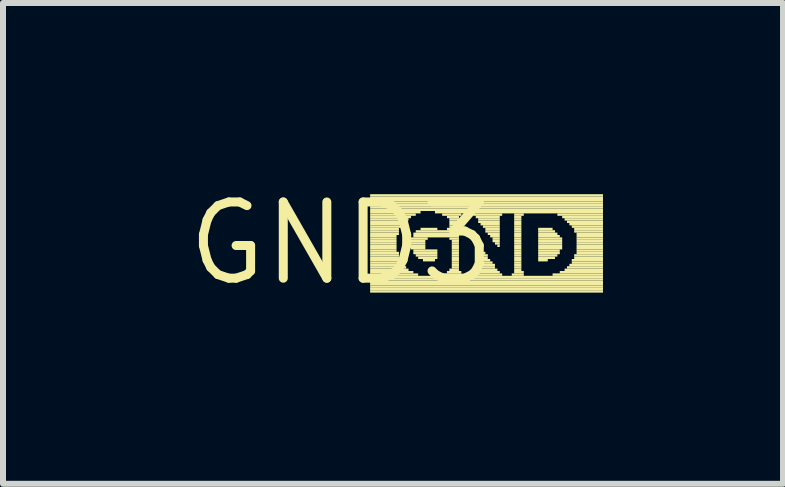
<source format=kicad_pcb>
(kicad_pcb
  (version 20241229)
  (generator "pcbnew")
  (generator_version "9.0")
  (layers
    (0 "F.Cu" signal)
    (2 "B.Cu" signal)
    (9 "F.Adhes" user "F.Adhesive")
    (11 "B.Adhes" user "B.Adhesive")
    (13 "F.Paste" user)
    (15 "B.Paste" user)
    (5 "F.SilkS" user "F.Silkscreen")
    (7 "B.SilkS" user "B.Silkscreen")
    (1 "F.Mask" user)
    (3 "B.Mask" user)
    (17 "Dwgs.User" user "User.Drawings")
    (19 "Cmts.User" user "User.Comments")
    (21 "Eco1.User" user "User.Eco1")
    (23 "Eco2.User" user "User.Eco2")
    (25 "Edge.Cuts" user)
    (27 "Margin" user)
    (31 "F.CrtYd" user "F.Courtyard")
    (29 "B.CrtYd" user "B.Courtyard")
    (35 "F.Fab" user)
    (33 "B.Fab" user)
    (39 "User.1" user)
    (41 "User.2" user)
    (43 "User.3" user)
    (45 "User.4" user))
  (footprint "GND3"
    (layer "F.Cu")
    (at 2.638 1.006)
    (property "Reference" "GND3" (at 0 0 0) (layer "F.SilkS") (effects (font (size 1.27 1.27) (thickness 0.15))))
    (attr through_hole)
    (fp_poly (pts (xy 0.48 -0.78) (xy 4.36 -0.78) (xy 4.36 -0.82) (xy 0.48 -0.82)) (stroke (width 0) (type solid)) (fill yes) (layer "F.SilkS"))
    (fp_poly (pts (xy 0.48 -0.74) (xy 4.36 -0.74) (xy 4.36 -0.78) (xy 0.48 -0.78)) (stroke (width 0) (type solid)) (fill yes) (layer "F.SilkS"))
    (fp_poly (pts (xy 0.48 -0.7) (xy 4.36 -0.7) (xy 4.36 -0.74) (xy 0.48 -0.74)) (stroke (width 0) (type solid)) (fill yes) (layer "F.SilkS"))
    (fp_poly (pts (xy 0.48 -0.66) (xy 4.36 -0.66) (xy 4.36 -0.7) (xy 0.48 -0.7)) (stroke (width 0) (type solid)) (fill yes) (layer "F.SilkS"))
    (fp_poly (pts (xy 0.48 -0.62) (xy 4.36 -0.62) (xy 4.36 -0.66) (xy 0.48 -0.66)) (stroke (width 0) (type solid)) (fill yes) (layer "F.SilkS"))
    (fp_poly (pts (xy 0.48 -0.58) (xy 4.36 -0.58) (xy 4.36 -0.62) (xy 0.48 -0.62)) (stroke (width 0) (type solid)) (fill yes) (layer "F.SilkS"))
    (fp_poly (pts (xy 0.48 -0.54) (xy 4.36 -0.54) (xy 4.36 -0.58) (xy 0.48 -0.58)) (stroke (width 0) (type solid)) (fill yes) (layer "F.SilkS"))
    (fp_poly (pts (xy 0.48 -0.5) (xy 1.32 -0.5) (xy 1.32 -0.54) (xy 0.48 -0.54)) (stroke (width 0) (type solid)) (fill yes) (layer "F.SilkS"))
    (fp_poly (pts (xy 0.48 -0.46) (xy 1.24 -0.46) (xy 1.24 -0.5) (xy 0.48 -0.5)) (stroke (width 0) (type solid)) (fill yes) (layer "F.SilkS"))
    (fp_poly (pts (xy 0.48 -0.42) (xy 1.16 -0.42) (xy 1.16 -0.46) (xy 0.48 -0.46)) (stroke (width 0) (type solid)) (fill yes) (layer "F.SilkS"))
    (fp_poly (pts (xy 0.48 -0.38) (xy 1.12 -0.38) (xy 1.12 -0.42) (xy 0.48 -0.42)) (stroke (width 0) (type solid)) (fill yes) (layer "F.SilkS"))
    (fp_poly (pts (xy 0.48 -0.34) (xy 1.04 -0.34) (xy 1.04 -0.38) (xy 0.48 -0.38)) (stroke (width 0) (type solid)) (fill yes) (layer "F.SilkS"))
    (fp_poly (pts (xy 0.48 -0.3) (xy 1.04 -0.3) (xy 1.04 -0.34) (xy 0.48 -0.34)) (stroke (width 0) (type solid)) (fill yes) (layer "F.SilkS"))
    (fp_poly (pts (xy 0.48 -0.26) (xy 1 -0.26) (xy 1 -0.3) (xy 0.48 -0.3)) (stroke (width 0) (type solid)) (fill yes) (layer "F.SilkS"))
    (fp_poly (pts (xy 0.48 -0.22) (xy 0.96 -0.22) (xy 0.96 -0.26) (xy 0.48 -0.26)) (stroke (width 0) (type solid)) (fill yes) (layer "F.SilkS"))
    (fp_poly (pts (xy 0.48 -0.18) (xy 0.96 -0.18) (xy 0.96 -0.22) (xy 0.48 -0.22)) (stroke (width 0) (type solid)) (fill yes) (layer "F.SilkS"))
    (fp_poly (pts (xy 0.48 -0.14) (xy 0.96 -0.14) (xy 0.96 -0.18) (xy 0.48 -0.18)) (stroke (width 0) (type solid)) (fill yes) (layer "F.SilkS"))
    (fp_poly (pts (xy 0.48 -0.1) (xy 0.92 -0.1) (xy 0.92 -0.14) (xy 0.48 -0.14)) (stroke (width 0) (type solid)) (fill yes) (layer "F.SilkS"))
    (fp_poly (pts (xy 0.48 -0.06) (xy 0.92 -0.06) (xy 0.92 -0.1) (xy 0.48 -0.1)) (stroke (width 0) (type solid)) (fill yes) (layer "F.SilkS"))
    (fp_poly (pts (xy 0.48 -0.02) (xy 0.92 -0.02) (xy 0.92 -0.06) (xy 0.48 -0.06)) (stroke (width 0) (type solid)) (fill yes) (layer "F.SilkS"))
    (fp_poly (pts (xy 0.48 0.02) (xy 0.92 0.02) (xy 0.92 -0.02) (xy 0.48 -0.02)) (stroke (width 0) (type solid)) (fill yes) (layer "F.SilkS"))
    (fp_poly (pts (xy 0.48 0.06) (xy 0.92 0.06) (xy 0.92 0.02) (xy 0.48 0.02)) (stroke (width 0) (type solid)) (fill yes) (layer "F.SilkS"))
    (fp_poly (pts (xy 0.48 0.1) (xy 0.92 0.1) (xy 0.92 0.06) (xy 0.48 0.06)) (stroke (width 0) (type solid)) (fill yes) (layer "F.SilkS"))
    (fp_poly (pts (xy 0.48 0.14) (xy 0.92 0.14) (xy 0.92 0.1) (xy 0.48 0.1)) (stroke (width 0) (type solid)) (fill yes) (layer "F.SilkS"))
    (fp_poly (pts (xy 0.48 0.18) (xy 0.96 0.18) (xy 0.96 0.14) (xy 0.48 0.14)) (stroke (width 0) (type solid)) (fill yes) (layer "F.SilkS"))
    (fp_poly (pts (xy 0.48 0.22) (xy 0.96 0.22) (xy 0.96 0.18) (xy 0.48 0.18)) (stroke (width 0) (type solid)) (fill yes) (layer "F.SilkS"))
    (fp_poly (pts (xy 0.48 0.26) (xy 0.96 0.26) (xy 0.96 0.22) (xy 0.48 0.22)) (stroke (width 0) (type solid)) (fill yes) (layer "F.SilkS"))
    (fp_poly (pts (xy 0.48 0.3) (xy 1 0.3) (xy 1 0.26) (xy 0.48 0.26)) (stroke (width 0) (type solid)) (fill yes) (layer "F.SilkS"))
    (fp_poly (pts (xy 0.48 0.34) (xy 1 0.34) (xy 1 0.3) (xy 0.48 0.3)) (stroke (width 0) (type solid)) (fill yes) (layer "F.SilkS"))
    (fp_poly (pts (xy 0.48 0.38) (xy 1.04 0.38) (xy 1.04 0.34) (xy 0.48 0.34)) (stroke (width 0) (type solid)) (fill yes) (layer "F.SilkS"))
    (fp_poly (pts (xy 0.48 0.42) (xy 1.08 0.42) (xy 1.08 0.38) (xy 0.48 0.38)) (stroke (width 0) (type solid)) (fill yes) (layer "F.SilkS"))
    (fp_poly (pts (xy 0.48 0.46) (xy 1.12 0.46) (xy 1.12 0.42) (xy 0.48 0.42)) (stroke (width 0) (type solid)) (fill yes) (layer "F.SilkS"))
    (fp_poly (pts (xy 0.48 0.5) (xy 1.2 0.5) (xy 1.2 0.46) (xy 0.48 0.46)) (stroke (width 0) (type solid)) (fill yes) (layer "F.SilkS"))
    (fp_poly (pts (xy 0.48 0.54) (xy 1.28 0.54) (xy 1.28 0.5) (xy 0.48 0.5)) (stroke (width 0) (type solid)) (fill yes) (layer "F.SilkS"))
    (fp_poly (pts (xy 0.48 0.58) (xy 4.36 0.58) (xy 4.36 0.54) (xy 0.48 0.54)) (stroke (width 0) (type solid)) (fill yes) (layer "F.SilkS"))
    (fp_poly (pts (xy 0.48 0.62) (xy 4.36 0.62) (xy 4.36 0.58) (xy 0.48 0.58)) (stroke (width 0) (type solid)) (fill yes) (layer "F.SilkS"))
    (fp_poly (pts (xy 0.48 0.66) (xy 4.36 0.66) (xy 4.36 0.62) (xy 0.48 0.62)) (stroke (width 0) (type solid)) (fill yes) (layer "F.SilkS"))
    (fp_poly (pts (xy 0.48 0.7) (xy 4.36 0.7) (xy 4.36 0.66) (xy 0.48 0.66)) (stroke (width 0) (type solid)) (fill yes) (layer "F.SilkS"))
    (fp_poly (pts (xy 0.48 0.74) (xy 4.36 0.74) (xy 4.36 0.7) (xy 0.48 0.7)) (stroke (width 0) (type solid)) (fill yes) (layer "F.SilkS"))
    (fp_poly (pts (xy 0.48 0.78) (xy 4.36 0.78) (xy 4.36 0.74) (xy 0.48 0.74)) (stroke (width 0) (type solid)) (fill yes) (layer "F.SilkS"))
    (fp_poly (pts (xy 0.48 0.82) (xy 4.36 0.82) (xy 4.36 0.78) (xy 0.48 0.78)) (stroke (width 0) (type solid)) (fill yes) (layer "F.SilkS"))
    (fp_poly (pts (xy 1.16 -0.06) (xy 1.44 -0.06) (xy 1.44 -0.1) (xy 1.16 -0.1)) (stroke (width 0) (type solid)) (fill yes) (layer "F.SilkS"))
    (fp_poly (pts (xy 1.16 -0.02) (xy 1.4 -0.02) (xy 1.4 -0.06) (xy 1.16 -0.06)) (stroke (width 0) (type solid)) (fill yes) (layer "F.SilkS"))
    (fp_poly (pts (xy 1.16 0.02) (xy 1.4 0.02) (xy 1.4 -0.02) (xy 1.16 -0.02)) (stroke (width 0) (type solid)) (fill yes) (layer "F.SilkS"))
    (fp_poly (pts (xy 1.16 0.06) (xy 1.4 0.06) (xy 1.4 0.02) (xy 1.16 0.02)) (stroke (width 0) (type solid)) (fill yes) (layer "F.SilkS"))
    (fp_poly (pts (xy 1.16 0.1) (xy 1.4 0.1) (xy 1.4 0.06) (xy 1.16 0.06)) (stroke (width 0) (type solid)) (fill yes) (layer "F.SilkS"))
    (fp_poly (pts (xy 1.2 -0.14) (xy 1.96 -0.14) (xy 1.96 -0.18) (xy 1.2 -0.18)) (stroke (width 0) (type solid)) (fill yes) (layer "F.SilkS"))
    (fp_poly (pts (xy 1.2 -0.1) (xy 1.96 -0.1) (xy 1.96 -0.14) (xy 1.2 -0.14)) (stroke (width 0) (type solid)) (fill yes) (layer "F.SilkS"))
    (fp_poly (pts (xy 1.2 0.14) (xy 1.6 0.14) (xy 1.6 0.1) (xy 1.2 0.1)) (stroke (width 0) (type solid)) (fill yes) (layer "F.SilkS"))
    (fp_poly (pts (xy 1.2 0.18) (xy 1.6 0.18) (xy 1.6 0.14) (xy 1.2 0.14)) (stroke (width 0) (type solid)) (fill yes) (layer "F.SilkS"))
    (fp_poly (pts (xy 1.24 -0.18) (xy 1.96 -0.18) (xy 1.96 -0.22) (xy 1.24 -0.22)) (stroke (width 0) (type solid)) (fill yes) (layer "F.SilkS"))
    (fp_poly (pts (xy 1.24 0.22) (xy 1.6 0.22) (xy 1.6 0.18) (xy 1.24 0.18)) (stroke (width 0) (type solid)) (fill yes) (layer "F.SilkS"))
    (fp_poly (pts (xy 1.28 0.26) (xy 1.6 0.26) (xy 1.6 0.22) (xy 1.28 0.22)) (stroke (width 0) (type solid)) (fill yes) (layer "F.SilkS"))
    (fp_poly (pts (xy 1.32 -0.22) (xy 1.6 -0.22) (xy 1.6 -0.26) (xy 1.32 -0.26)) (stroke (width 0) (type solid)) (fill yes) (layer "F.SilkS"))
    (fp_poly (pts (xy 1.36 0.3) (xy 1.56 0.3) (xy 1.56 0.26) (xy 1.36 0.26)) (stroke (width 0) (type solid)) (fill yes) (layer "F.SilkS"))
    (fp_poly (pts (xy 1.56 -0.5) (xy 4.36 -0.5) (xy 4.36 -0.54) (xy 1.56 -0.54)) (stroke (width 0) (type solid)) (fill yes) (layer "F.SilkS"))
    (fp_poly (pts (xy 1.68 -0.46) (xy 2 -0.46) (xy 2 -0.5) (xy 1.68 -0.5)) (stroke (width 0) (type solid)) (fill yes) (layer "F.SilkS"))
    (fp_poly (pts (xy 1.68 0.54) (xy 2 0.54) (xy 2 0.5) (xy 1.68 0.5)) (stroke (width 0) (type solid)) (fill yes) (layer "F.SilkS"))
    (fp_poly (pts (xy 1.76 -0.42) (xy 1.96 -0.42) (xy 1.96 -0.46) (xy 1.76 -0.46)) (stroke (width 0) (type solid)) (fill yes) (layer "F.SilkS"))
    (fp_poly (pts (xy 1.76 -0.22) (xy 1.96 -0.22) (xy 1.96 -0.26) (xy 1.76 -0.26)) (stroke (width 0) (type solid)) (fill yes) (layer "F.SilkS"))
    (fp_poly (pts (xy 1.76 0.5) (xy 2 0.5) (xy 2 0.46) (xy 1.76 0.46)) (stroke (width 0) (type solid)) (fill yes) (layer "F.SilkS"))
    (fp_poly (pts (xy 1.8 -0.38) (xy 1.96 -0.38) (xy 1.96 -0.42) (xy 1.8 -0.42)) (stroke (width 0) (type solid)) (fill yes) (layer "F.SilkS"))
    (fp_poly (pts (xy 1.8 -0.34) (xy 1.96 -0.34) (xy 1.96 -0.38) (xy 1.8 -0.38)) (stroke (width 0) (type solid)) (fill yes) (layer "F.SilkS"))
    (fp_poly (pts (xy 1.8 -0.3) (xy 1.96 -0.3) (xy 1.96 -0.34) (xy 1.8 -0.34)) (stroke (width 0) (type solid)) (fill yes) (layer "F.SilkS"))
    (fp_poly (pts (xy 1.8 -0.26) (xy 1.96 -0.26) (xy 1.96 -0.3) (xy 1.8 -0.3)) (stroke (width 0) (type solid)) (fill yes) (layer "F.SilkS"))
    (fp_poly (pts (xy 1.8 -0.06) (xy 1.96 -0.06) (xy 1.96 -0.1) (xy 1.8 -0.1)) (stroke (width 0) (type solid)) (fill yes) (layer "F.SilkS"))
    (fp_poly (pts (xy 1.8 0.46) (xy 1.96 0.46) (xy 1.96 0.42) (xy 1.8 0.42)) (stroke (width 0) (type solid)) (fill yes) (layer "F.SilkS"))
    (fp_poly (pts (xy 1.84 -0.02) (xy 1.96 -0.02) (xy 1.96 -0.06) (xy 1.84 -0.06)) (stroke (width 0) (type solid)) (fill yes) (layer "F.SilkS"))
    (fp_poly (pts (xy 1.84 0.02) (xy 1.96 0.02) (xy 1.96 -0.02) (xy 1.84 -0.02)) (stroke (width 0) (type solid)) (fill yes) (layer "F.SilkS"))
    (fp_poly (pts (xy 1.84 0.06) (xy 1.96 0.06) (xy 1.96 0.02) (xy 1.84 0.02)) (stroke (width 0) (type solid)) (fill yes) (layer "F.SilkS"))
    (fp_poly (pts (xy 1.84 0.1) (xy 1.96 0.1) (xy 1.96 0.06) (xy 1.84 0.06)) (stroke (width 0) (type solid)) (fill yes) (layer "F.SilkS"))
    (fp_poly (pts (xy 1.84 0.14) (xy 1.96 0.14) (xy 1.96 0.1) (xy 1.84 0.1)) (stroke (width 0) (type solid)) (fill yes) (layer "F.SilkS"))
    (fp_poly (pts (xy 1.84 0.18) (xy 1.96 0.18) (xy 1.96 0.14) (xy 1.84 0.14)) (stroke (width 0) (type solid)) (fill yes) (layer "F.SilkS"))
    (fp_poly (pts (xy 1.84 0.22) (xy 1.96 0.22) (xy 1.96 0.18) (xy 1.84 0.18)) (stroke (width 0) (type solid)) (fill yes) (layer "F.SilkS"))
    (fp_poly (pts (xy 1.84 0.26) (xy 1.96 0.26) (xy 1.96 0.22) (xy 1.84 0.22)) (stroke (width 0) (type solid)) (fill yes) (layer "F.SilkS"))
    (fp_poly (pts (xy 1.84 0.3) (xy 1.96 0.3) (xy 1.96 0.26) (xy 1.84 0.26)) (stroke (width 0) (type solid)) (fill yes) (layer "F.SilkS"))
    (fp_poly (pts (xy 1.84 0.34) (xy 1.96 0.34) (xy 1.96 0.3) (xy 1.84 0.3)) (stroke (width 0) (type solid)) (fill yes) (layer "F.SilkS"))
    (fp_poly (pts (xy 1.84 0.38) (xy 1.96 0.38) (xy 1.96 0.34) (xy 1.84 0.34)) (stroke (width 0) (type solid)) (fill yes) (layer "F.SilkS"))
    (fp_poly (pts (xy 1.84 0.42) (xy 1.96 0.42) (xy 1.96 0.38) (xy 1.84 0.38)) (stroke (width 0) (type solid)) (fill yes) (layer "F.SilkS"))
    (fp_poly (pts (xy 2.2 -0.46) (xy 2.68 -0.46) (xy 2.68 -0.5) (xy 2.2 -0.5)) (stroke (width 0) (type solid)) (fill yes) (layer "F.SilkS"))
    (fp_poly (pts (xy 2.2 0.5) (xy 2.64 0.5) (xy 2.64 0.46) (xy 2.2 0.46)) (stroke (width 0) (type solid)) (fill yes) (layer "F.SilkS"))
    (fp_poly (pts (xy 2.2 0.54) (xy 2.68 0.54) (xy 2.68 0.5) (xy 2.2 0.5)) (stroke (width 0) (type solid)) (fill yes) (layer "F.SilkS"))
    (fp_poly (pts (xy 2.24 -0.42) (xy 2.64 -0.42) (xy 2.64 -0.46) (xy 2.24 -0.46)) (stroke (width 0) (type solid)) (fill yes) (layer "F.SilkS"))
    (fp_poly (pts (xy 2.24 0.02) (xy 2.28 0.02) (xy 2.28 -0.02) (xy 2.24 -0.02)) (stroke (width 0) (type solid)) (fill yes) (layer "F.SilkS"))
    (fp_poly (pts (xy 2.24 0.06) (xy 2.32 0.06) (xy 2.32 0.02) (xy 2.24 0.02)) (stroke (width 0) (type solid)) (fill yes) (layer "F.SilkS"))
    (fp_poly (pts (xy 2.24 0.1) (xy 2.32 0.1) (xy 2.32 0.06) (xy 2.24 0.06)) (stroke (width 0) (type solid)) (fill yes) (layer "F.SilkS"))
    (fp_poly (pts (xy 2.24 0.14) (xy 2.36 0.14) (xy 2.36 0.1) (xy 2.24 0.1)) (stroke (width 0) (type solid)) (fill yes) (layer "F.SilkS"))
    (fp_poly (pts (xy 2.24 0.18) (xy 2.4 0.18) (xy 2.4 0.14) (xy 2.24 0.14)) (stroke (width 0) (type solid)) (fill yes) (layer "F.SilkS"))
    (fp_poly (pts (xy 2.24 0.22) (xy 2.44 0.22) (xy 2.44 0.18) (xy 2.24 0.18)) (stroke (width 0) (type solid)) (fill yes) (layer "F.SilkS"))
    (fp_poly (pts (xy 2.24 0.26) (xy 2.44 0.26) (xy 2.44 0.22) (xy 2.24 0.22)) (stroke (width 0) (type solid)) (fill yes) (layer "F.SilkS"))
    (fp_poly (pts (xy 2.24 0.3) (xy 2.48 0.3) (xy 2.48 0.26) (xy 2.24 0.26)) (stroke (width 0) (type solid)) (fill yes) (layer "F.SilkS"))
    (fp_poly (pts (xy 2.24 0.34) (xy 2.52 0.34) (xy 2.52 0.3) (xy 2.24 0.3)) (stroke (width 0) (type solid)) (fill yes) (layer "F.SilkS"))
    (fp_poly (pts (xy 2.24 0.38) (xy 2.56 0.38) (xy 2.56 0.34) (xy 2.24 0.34)) (stroke (width 0) (type solid)) (fill yes) (layer "F.SilkS"))
    (fp_poly (pts (xy 2.24 0.42) (xy 2.56 0.42) (xy 2.56 0.38) (xy 2.24 0.38)) (stroke (width 0) (type solid)) (fill yes) (layer "F.SilkS"))
    (fp_poly (pts (xy 2.24 0.46) (xy 2.6 0.46) (xy 2.6 0.42) (xy 2.24 0.42)) (stroke (width 0) (type solid)) (fill yes) (layer "F.SilkS"))
    (fp_poly (pts (xy 2.28 -0.38) (xy 2.64 -0.38) (xy 2.64 -0.42) (xy 2.28 -0.42)) (stroke (width 0) (type solid)) (fill yes) (layer "F.SilkS"))
    (fp_poly (pts (xy 2.28 -0.34) (xy 2.64 -0.34) (xy 2.64 -0.38) (xy 2.28 -0.38)) (stroke (width 0) (type solid)) (fill yes) (layer "F.SilkS"))
    (fp_poly (pts (xy 2.32 -0.3) (xy 2.64 -0.3) (xy 2.64 -0.34) (xy 2.32 -0.34)) (stroke (width 0) (type solid)) (fill yes) (layer "F.SilkS"))
    (fp_poly (pts (xy 2.36 -0.26) (xy 2.64 -0.26) (xy 2.64 -0.3) (xy 2.36 -0.3)) (stroke (width 0) (type solid)) (fill yes) (layer "F.SilkS"))
    (fp_poly (pts (xy 2.4 -0.22) (xy 2.64 -0.22) (xy 2.64 -0.26) (xy 2.4 -0.26)) (stroke (width 0) (type solid)) (fill yes) (layer "F.SilkS"))
    (fp_poly (pts (xy 2.4 -0.18) (xy 2.64 -0.18) (xy 2.64 -0.22) (xy 2.4 -0.22)) (stroke (width 0) (type solid)) (fill yes) (layer "F.SilkS"))
    (fp_poly (pts (xy 2.44 -0.14) (xy 2.64 -0.14) (xy 2.64 -0.18) (xy 2.44 -0.18)) (stroke (width 0) (type solid)) (fill yes) (layer "F.SilkS"))
    (fp_poly (pts (xy 2.48 -0.1) (xy 2.64 -0.1) (xy 2.64 -0.14) (xy 2.48 -0.14)) (stroke (width 0) (type solid)) (fill yes) (layer "F.SilkS"))
    (fp_poly (pts (xy 2.52 -0.06) (xy 2.64 -0.06) (xy 2.64 -0.1) (xy 2.52 -0.1)) (stroke (width 0) (type solid)) (fill yes) (layer "F.SilkS"))
    (fp_poly (pts (xy 2.52 -0.02) (xy 2.64 -0.02) (xy 2.64 -0.06) (xy 2.52 -0.06)) (stroke (width 0) (type solid)) (fill yes) (layer "F.SilkS"))
    (fp_poly (pts (xy 2.56 0.02) (xy 2.64 0.02) (xy 2.64 -0.02) (xy 2.56 -0.02)) (stroke (width 0) (type solid)) (fill yes) (layer "F.SilkS"))
    (fp_poly (pts (xy 2.6 0.06) (xy 2.64 0.06) (xy 2.64 0.02) (xy 2.6 0.02)) (stroke (width 0) (type solid)) (fill yes) (layer "F.SilkS"))
    (fp_poly (pts (xy 2.84 0.54) (xy 3.04 0.54) (xy 3.04 0.5) (xy 2.84 0.5)) (stroke (width 0) (type solid)) (fill yes) (layer "F.SilkS"))
    (fp_poly (pts (xy 2.88 -0.46) (xy 3.04 -0.46) (xy 3.04 -0.5) (xy 2.88 -0.5)) (stroke (width 0) (type solid)) (fill yes) (layer "F.SilkS"))
    (fp_poly (pts (xy 2.88 -0.42) (xy 3 -0.42) (xy 3 -0.46) (xy 2.88 -0.46)) (stroke (width 0) (type solid)) (fill yes) (layer "F.SilkS"))
    (fp_poly (pts (xy 2.88 -0.38) (xy 3 -0.38) (xy 3 -0.42) (xy 2.88 -0.42)) (stroke (width 0) (type solid)) (fill yes) (layer "F.SilkS"))
    (fp_poly (pts (xy 2.88 -0.34) (xy 3 -0.34) (xy 3 -0.38) (xy 2.88 -0.38)) (stroke (width 0) (type solid)) (fill yes) (layer "F.SilkS"))
    (fp_poly (pts (xy 2.88 -0.3) (xy 3 -0.3) (xy 3 -0.34) (xy 2.88 -0.34)) (stroke (width 0) (type solid)) (fill yes) (layer "F.SilkS"))
    (fp_poly (pts (xy 2.88 -0.26) (xy 3 -0.26) (xy 3 -0.3) (xy 2.88 -0.3)) (stroke (width 0) (type solid)) (fill yes) (layer "F.SilkS"))
    (fp_poly (pts (xy 2.88 -0.22) (xy 3 -0.22) (xy 3 -0.26) (xy 2.88 -0.26)) (stroke (width 0) (type solid)) (fill yes) (layer "F.SilkS"))
    (fp_poly (pts (xy 2.88 -0.18) (xy 3 -0.18) (xy 3 -0.22) (xy 2.88 -0.22)) (stroke (width 0) (type solid)) (fill yes) (layer "F.SilkS"))
    (fp_poly (pts (xy 2.88 -0.14) (xy 3 -0.14) (xy 3 -0.18) (xy 2.88 -0.18)) (stroke (width 0) (type solid)) (fill yes) (layer "F.SilkS"))
    (fp_poly (pts (xy 2.88 -0.1) (xy 3 -0.1) (xy 3 -0.14) (xy 2.88 -0.14)) (stroke (width 0) (type solid)) (fill yes) (layer "F.SilkS"))
    (fp_poly (pts (xy 2.88 -0.06) (xy 3 -0.06) (xy 3 -0.1) (xy 2.88 -0.1)) (stroke (width 0) (type solid)) (fill yes) (layer "F.SilkS"))
    (fp_poly (pts (xy 2.88 -0.02) (xy 3 -0.02) (xy 3 -0.06) (xy 2.88 -0.06)) (stroke (width 0) (type solid)) (fill yes) (layer "F.SilkS"))
    (fp_poly (pts (xy 2.88 0.02) (xy 3 0.02) (xy 3 -0.02) (xy 2.88 -0.02)) (stroke (width 0) (type solid)) (fill yes) (layer "F.SilkS"))
    (fp_poly (pts (xy 2.88 0.06) (xy 3 0.06) (xy 3 0.02) (xy 2.88 0.02)) (stroke (width 0) (type solid)) (fill yes) (layer "F.SilkS"))
    (fp_poly (pts (xy 2.88 0.1) (xy 3 0.1) (xy 3 0.06) (xy 2.88 0.06)) (stroke (width 0) (type solid)) (fill yes) (layer "F.SilkS"))
    (fp_poly (pts (xy 2.88 0.14) (xy 3 0.14) (xy 3 0.1) (xy 2.88 0.1)) (stroke (width 0) (type solid)) (fill yes) (layer "F.SilkS"))
    (fp_poly (pts (xy 2.88 0.18) (xy 3 0.18) (xy 3 0.14) (xy 2.88 0.14)) (stroke (width 0) (type solid)) (fill yes) (layer "F.SilkS"))
    (fp_poly (pts (xy 2.88 0.22) (xy 3 0.22) (xy 3 0.18) (xy 2.88 0.18)) (stroke (width 0) (type solid)) (fill yes) (layer "F.SilkS"))
    (fp_poly (pts (xy 2.88 0.26) (xy 3 0.26) (xy 3 0.22) (xy 2.88 0.22)) (stroke (width 0) (type solid)) (fill yes) (layer "F.SilkS"))
    (fp_poly (pts (xy 2.88 0.3) (xy 3 0.3) (xy 3 0.26) (xy 2.88 0.26)) (stroke (width 0) (type solid)) (fill yes) (layer "F.SilkS"))
    (fp_poly (pts (xy 2.88 0.34) (xy 3 0.34) (xy 3 0.3) (xy 2.88 0.3)) (stroke (width 0) (type solid)) (fill yes) (layer "F.SilkS"))
    (fp_poly (pts (xy 2.88 0.38) (xy 3 0.38) (xy 3 0.34) (xy 2.88 0.34)) (stroke (width 0) (type solid)) (fill yes) (layer "F.SilkS"))
    (fp_poly (pts (xy 2.88 0.42) (xy 3 0.42) (xy 3 0.38) (xy 2.88 0.38)) (stroke (width 0) (type solid)) (fill yes) (layer "F.SilkS"))
    (fp_poly (pts (xy 2.88 0.46) (xy 3 0.46) (xy 3 0.42) (xy 2.88 0.42)) (stroke (width 0) (type solid)) (fill yes) (layer "F.SilkS"))
    (fp_poly (pts (xy 2.88 0.5) (xy 3.04 0.5) (xy 3.04 0.46) (xy 2.88 0.46)) (stroke (width 0) (type solid)) (fill yes) (layer "F.SilkS"))
    (fp_poly (pts (xy 3.28 -0.22) (xy 3.52 -0.22) (xy 3.52 -0.26) (xy 3.28 -0.26)) (stroke (width 0) (type solid)) (fill yes) (layer "F.SilkS"))
    (fp_poly (pts (xy 3.28 -0.18) (xy 3.56 -0.18) (xy 3.56 -0.22) (xy 3.28 -0.22)) (stroke (width 0) (type solid)) (fill yes) (layer "F.SilkS"))
    (fp_poly (pts (xy 3.28 -0.14) (xy 3.6 -0.14) (xy 3.6 -0.18) (xy 3.28 -0.18)) (stroke (width 0) (type solid)) (fill yes) (layer "F.SilkS"))
    (fp_poly (pts (xy 3.28 -0.1) (xy 3.64 -0.1) (xy 3.64 -0.14) (xy 3.28 -0.14)) (stroke (width 0) (type solid)) (fill yes) (layer "F.SilkS"))
    (fp_poly (pts (xy 3.28 -0.06) (xy 3.68 -0.06) (xy 3.68 -0.1) (xy 3.28 -0.1)) (stroke (width 0) (type solid)) (fill yes) (layer "F.SilkS"))
    (fp_poly (pts (xy 3.28 -0.02) (xy 3.68 -0.02) (xy 3.68 -0.06) (xy 3.28 -0.06)) (stroke (width 0) (type solid)) (fill yes) (layer "F.SilkS"))
    (fp_poly (pts (xy 3.28 0.02) (xy 3.68 0.02) (xy 3.68 -0.02) (xy 3.28 -0.02)) (stroke (width 0) (type solid)) (fill yes) (layer "F.SilkS"))
    (fp_poly (pts (xy 3.28 0.06) (xy 3.68 0.06) (xy 3.68 0.02) (xy 3.28 0.02)) (stroke (width 0) (type solid)) (fill yes) (layer "F.SilkS"))
    (fp_poly (pts (xy 3.28 0.1) (xy 3.68 0.1) (xy 3.68 0.06) (xy 3.28 0.06)) (stroke (width 0) (type solid)) (fill yes) (layer "F.SilkS"))
    (fp_poly (pts (xy 3.28 0.14) (xy 3.64 0.14) (xy 3.64 0.1) (xy 3.28 0.1)) (stroke (width 0) (type solid)) (fill yes) (layer "F.SilkS"))
    (fp_poly (pts (xy 3.28 0.18) (xy 3.64 0.18) (xy 3.64 0.14) (xy 3.28 0.14)) (stroke (width 0) (type solid)) (fill yes) (layer "F.SilkS"))
    (fp_poly (pts (xy 3.28 0.22) (xy 3.6 0.22) (xy 3.6 0.18) (xy 3.28 0.18)) (stroke (width 0) (type solid)) (fill yes) (layer "F.SilkS"))
    (fp_poly (pts (xy 3.28 0.26) (xy 3.56 0.26) (xy 3.56 0.22) (xy 3.28 0.22)) (stroke (width 0) (type solid)) (fill yes) (layer "F.SilkS"))
    (fp_poly (pts (xy 3.28 0.3) (xy 3.44 0.3) (xy 3.44 0.26) (xy 3.28 0.26)) (stroke (width 0) (type solid)) (fill yes) (layer "F.SilkS"))
    (fp_poly (pts (xy 3.52 0.54) (xy 4.36 0.54) (xy 4.36 0.5) (xy 3.52 0.5)) (stroke (width 0) (type solid)) (fill yes) (layer "F.SilkS"))
    (fp_poly (pts (xy 3.6 -0.46) (xy 4.36 -0.46) (xy 4.36 -0.5) (xy 3.6 -0.5)) (stroke (width 0) (type solid)) (fill yes) (layer "F.SilkS"))
    (fp_poly (pts (xy 3.64 0.5) (xy 4.36 0.5) (xy 4.36 0.46) (xy 3.64 0.46)) (stroke (width 0) (type solid)) (fill yes) (layer "F.SilkS"))
    (fp_poly (pts (xy 3.68 -0.42) (xy 4.36 -0.42) (xy 4.36 -0.46) (xy 3.68 -0.46)) (stroke (width 0) (type solid)) (fill yes) (layer "F.SilkS"))
    (fp_poly (pts (xy 3.72 -0.38) (xy 4.36 -0.38) (xy 4.36 -0.42) (xy 3.72 -0.42)) (stroke (width 0) (type solid)) (fill yes) (layer "F.SilkS"))
    (fp_poly (pts (xy 3.72 0.46) (xy 4.36 0.46) (xy 4.36 0.42) (xy 3.72 0.42)) (stroke (width 0) (type solid)) (fill yes) (layer "F.SilkS"))
    (fp_poly (pts (xy 3.76 -0.34) (xy 4.36 -0.34) (xy 4.36 -0.38) (xy 3.76 -0.38)) (stroke (width 0) (type solid)) (fill yes) (layer "F.SilkS"))
    (fp_poly (pts (xy 3.76 0.42) (xy 4.36 0.42) (xy 4.36 0.38) (xy 3.76 0.38)) (stroke (width 0) (type solid)) (fill yes) (layer "F.SilkS"))
    (fp_poly (pts (xy 3.8 -0.3) (xy 4.36 -0.3) (xy 4.36 -0.34) (xy 3.8 -0.34)) (stroke (width 0) (type solid)) (fill yes) (layer "F.SilkS"))
    (fp_poly (pts (xy 3.8 0.38) (xy 4.36 0.38) (xy 4.36 0.34) (xy 3.8 0.34)) (stroke (width 0) (type solid)) (fill yes) (layer "F.SilkS"))
    (fp_poly (pts (xy 3.84 -0.26) (xy 4.36 -0.26) (xy 4.36 -0.3) (xy 3.84 -0.3)) (stroke (width 0) (type solid)) (fill yes) (layer "F.SilkS"))
    (fp_poly (pts (xy 3.84 0.3) (xy 4.36 0.3) (xy 4.36 0.26) (xy 3.84 0.26)) (stroke (width 0) (type solid)) (fill yes) (layer "F.SilkS"))
    (fp_poly (pts (xy 3.84 0.34) (xy 4.36 0.34) (xy 4.36 0.3) (xy 3.84 0.3)) (stroke (width 0) (type solid)) (fill yes) (layer "F.SilkS"))
    (fp_poly (pts (xy 3.88 -0.22) (xy 4.36 -0.22) (xy 4.36 -0.26) (xy 3.88 -0.26)) (stroke (width 0) (type solid)) (fill yes) (layer "F.SilkS"))
    (fp_poly (pts (xy 3.88 -0.18) (xy 4.36 -0.18) (xy 4.36 -0.22) (xy 3.88 -0.22)) (stroke (width 0) (type solid)) (fill yes) (layer "F.SilkS"))
    (fp_poly (pts (xy 3.88 0.22) (xy 4.36 0.22) (xy 4.36 0.18) (xy 3.88 0.18)) (stroke (width 0) (type solid)) (fill yes) (layer "F.SilkS"))
    (fp_poly (pts (xy 3.88 0.26) (xy 4.36 0.26) (xy 4.36 0.22) (xy 3.88 0.22)) (stroke (width 0) (type solid)) (fill yes) (layer "F.SilkS"))
    (fp_poly (pts (xy 3.92 -0.14) (xy 4.36 -0.14) (xy 4.36 -0.18) (xy 3.92 -0.18)) (stroke (width 0) (type solid)) (fill yes) (layer "F.SilkS"))
    (fp_poly (pts (xy 3.92 -0.1) (xy 4.36 -0.1) (xy 4.36 -0.14) (xy 3.92 -0.14)) (stroke (width 0) (type solid)) (fill yes) (layer "F.SilkS"))
    (fp_poly (pts (xy 3.92 -0.06) (xy 4.36 -0.06) (xy 4.36 -0.1) (xy 3.92 -0.1)) (stroke (width 0) (type solid)) (fill yes) (layer "F.SilkS"))
    (fp_poly (pts (xy 3.92 -0.02) (xy 4.36 -0.02) (xy 4.36 -0.06) (xy 3.92 -0.06)) (stroke (width 0) (type solid)) (fill yes) (layer "F.SilkS"))
    (fp_poly (pts (xy 3.92 0.02) (xy 4.36 0.02) (xy 4.36 -0.02) (xy 3.92 -0.02)) (stroke (width 0) (type solid)) (fill yes) (layer "F.SilkS"))
    (fp_poly (pts (xy 3.92 0.06) (xy 4.36 0.06) (xy 4.36 0.02) (xy 3.92 0.02)) (stroke (width 0) (type solid)) (fill yes) (layer "F.SilkS"))
    (fp_poly (pts (xy 3.92 0.1) (xy 4.36 0.1) (xy 4.36 0.06) (xy 3.92 0.06)) (stroke (width 0) (type solid)) (fill yes) (layer "F.SilkS"))
    (fp_poly (pts (xy 3.92 0.14) (xy 4.36 0.14) (xy 4.36 0.1) (xy 3.92 0.1)) (stroke (width 0) (type solid)) (fill yes) (layer "F.SilkS"))
    (fp_poly (pts (xy 3.92 0.18) (xy 4.36 0.18) (xy 4.36 0.14) (xy 3.92 0.14)) (stroke (width 0) (type solid)) (fill yes) (layer "F.SilkS")))
  (gr_rect
    (start -3 -3)
    (end 9.998 5.012)
    (stroke (width 0.1) (type default))
    (fill no)
    (layer "Edge.Cuts")))
</source>
